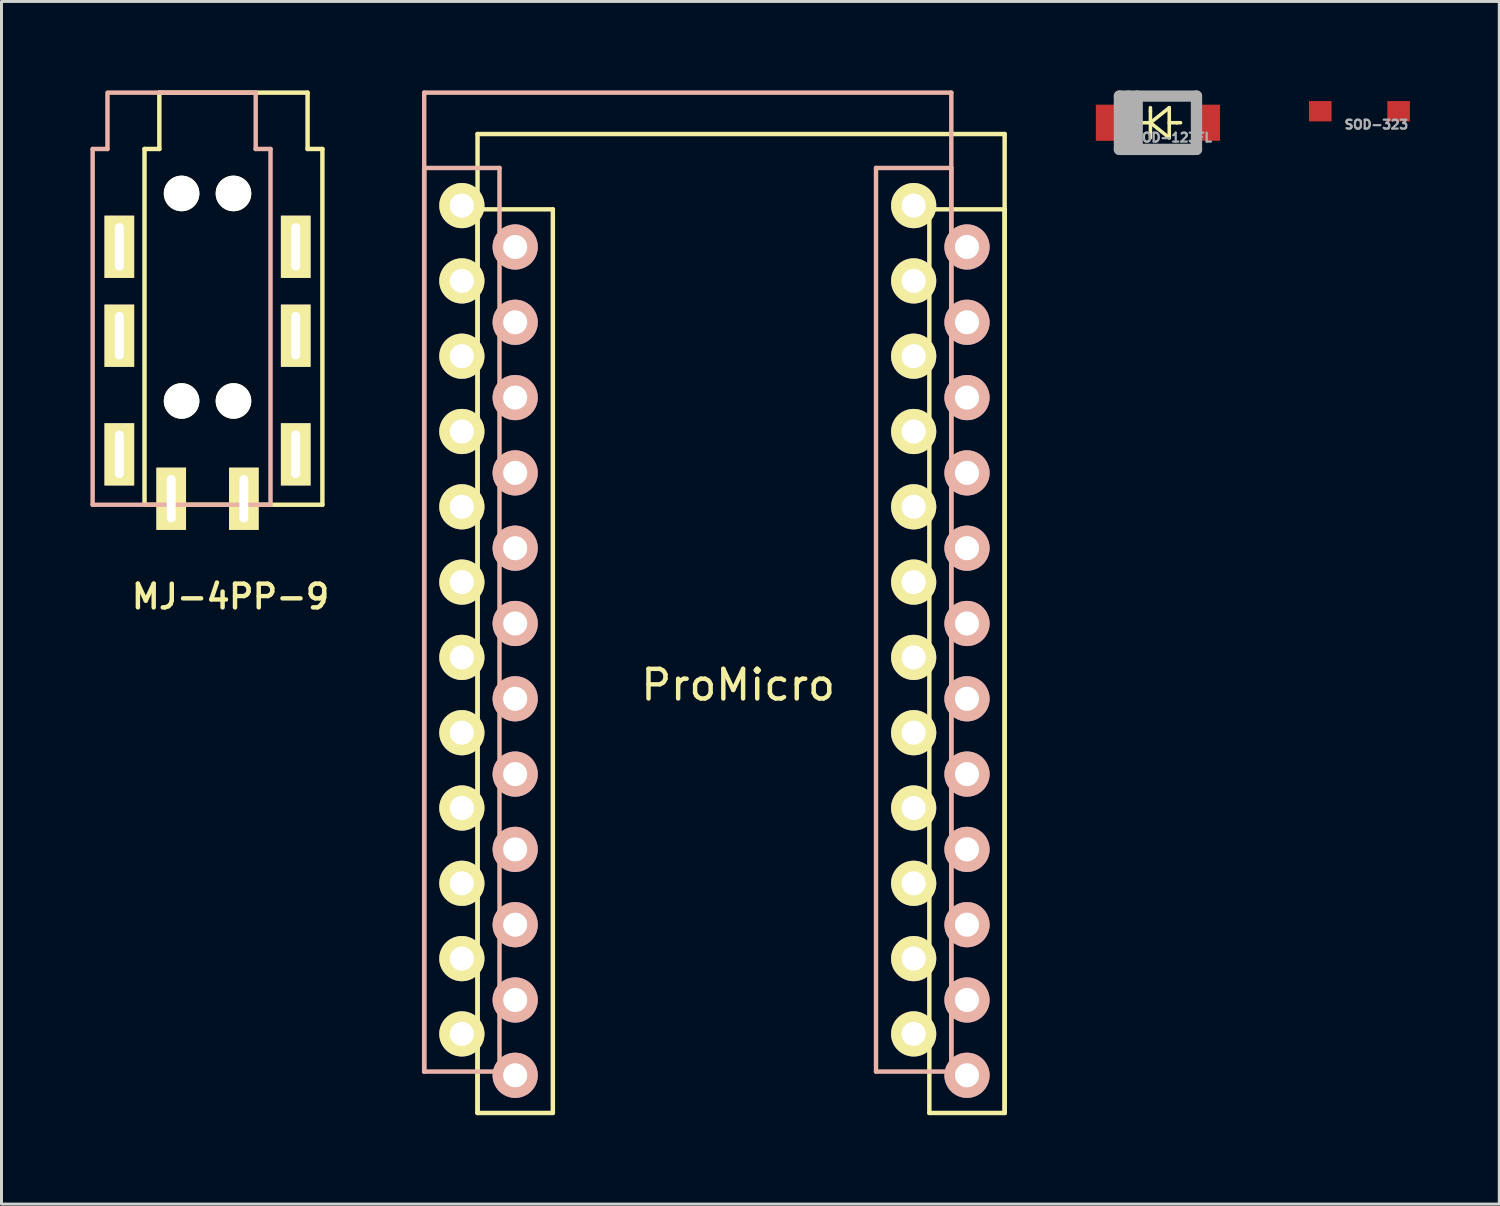
<source format=kicad_pcb>
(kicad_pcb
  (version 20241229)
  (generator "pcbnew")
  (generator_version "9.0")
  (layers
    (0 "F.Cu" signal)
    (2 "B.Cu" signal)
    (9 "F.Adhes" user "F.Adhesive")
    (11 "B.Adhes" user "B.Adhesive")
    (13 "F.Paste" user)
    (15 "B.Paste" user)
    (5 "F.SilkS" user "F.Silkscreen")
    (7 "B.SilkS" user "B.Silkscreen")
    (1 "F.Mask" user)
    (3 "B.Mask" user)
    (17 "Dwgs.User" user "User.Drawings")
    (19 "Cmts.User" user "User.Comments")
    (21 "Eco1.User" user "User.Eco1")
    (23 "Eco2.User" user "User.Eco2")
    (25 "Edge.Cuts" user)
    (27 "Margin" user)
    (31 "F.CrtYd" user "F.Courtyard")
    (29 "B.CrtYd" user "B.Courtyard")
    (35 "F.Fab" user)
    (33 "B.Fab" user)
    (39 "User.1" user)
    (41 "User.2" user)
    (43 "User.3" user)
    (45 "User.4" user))
  (footprint "ProMicro"
    (layer "F.Cu")
    (at 21.349 18.655)
    (property "Reference" "ProMicro" (at 0.5 1.4 0) (layer "F.SilkS") (effects (font (size 1 1) (thickness 0.15))))
    (attr through_hole)
    (fp_line (start -8.291 -17.184) (end -8.291 15.836) (stroke (width 0.15) (type solid)) (layer "F.SilkS"))
    (fp_line (start -8.291 -14.644) (end -8.291 15.836) (stroke (width 0.15) (type solid)) (layer "F.SilkS"))
    (fp_line (start -8.291 15.836) (end -5.751 15.836) (stroke (width 0.15) (type solid)) (layer "F.SilkS"))
    (fp_line (start -5.751 -14.644) (end -8.291 -14.644) (stroke (width 0.15) (type solid)) (layer "F.SilkS"))
    (fp_line (start -5.751 15.836) (end -5.751 -14.644) (stroke (width 0.15) (type solid)) (layer "F.SilkS"))
    (fp_line (start 6.949 -14.644) (end 6.949 15.836) (stroke (width 0.15) (type solid)) (layer "F.SilkS"))
    (fp_line (start 6.949 15.836) (end 9.489 15.836) (stroke (width 0.15) (type solid)) (layer "F.SilkS"))
    (fp_line (start 9.489 -17.184) (end -8.291 -17.184) (stroke (width 0.15) (type solid)) (layer "F.SilkS"))
    (fp_line (start 9.489 -14.644) (end 6.949 -14.644) (stroke (width 0.15) (type solid)) (layer "F.SilkS"))
    (fp_line (start 9.489 15.836) (end 9.489 -17.184) (stroke (width 0.15) (type solid)) (layer "F.SilkS"))
    (fp_line (start 9.489 15.836) (end 9.489 -14.644) (stroke (width 0.15) (type solid)) (layer "F.SilkS"))
    (fp_line (start -10.09 -18.58) (end 7.69 -18.58) (stroke (width 0.15) (type solid)) (layer "B.SilkS"))
    (fp_line (start -10.09 -16.04) (end -7.55 -16.04) (stroke (width 0.15) (type solid)) (layer "B.SilkS"))
    (fp_line (start -10.09 14.44) (end -10.09 -18.58) (stroke (width 0.15) (type solid)) (layer "B.SilkS"))
    (fp_line (start -10.09 14.44) (end -10.09 -16.04) (stroke (width 0.15) (type solid)) (layer "B.SilkS"))
    (fp_line (start -7.55 -16.04) (end -7.55 14.44) (stroke (width 0.15) (type solid)) (layer "B.SilkS"))
    (fp_line (start -7.55 14.44) (end -10.09 14.44) (stroke (width 0.15) (type solid)) (layer "B.SilkS"))
    (fp_line (start 5.15 -16.04) (end 7.69 -16.04) (stroke (width 0.15) (type solid)) (layer "B.SilkS"))
    (fp_line (start 5.15 14.44) (end 5.15 -16.04) (stroke (width 0.15) (type solid)) (layer "B.SilkS"))
    (fp_line (start 7.69 -18.58) (end 7.69 14.44) (stroke (width 0.15) (type solid)) (layer "B.SilkS"))
    (fp_line (start 7.69 -16.04) (end 7.69 14.44) (stroke (width 0.15) (type solid)) (layer "B.SilkS"))
    (fp_line (start 7.69 14.44) (end 5.15 14.44) (stroke (width 0.15) (type solid)) (layer "B.SilkS"))
    (pad "1" thru_hole circle (at -8.82 -14.77) (size 1.524 1.524) (drill 0.813) (layers "*.Cu" "*.Mask" "F.SilkS"))
    (pad "1" thru_hole circle (at 8.219 -13.374 180) (size 1.524 1.524) (drill 0.813) (layers "*.Cu" "*.Mask" "B.SilkS"))
    (pad "2" thru_hole circle (at -8.82 -12.23) (size 1.524 1.524) (drill 0.813) (layers "*.Cu" "*.Mask" "F.SilkS"))
    (pad "2" thru_hole circle (at 8.219 -10.834 180) (size 1.524 1.524) (drill 0.813) (layers "*.Cu" "*.Mask" "B.SilkS"))
    (pad "3" thru_hole circle (at -8.82 -9.69) (size 1.524 1.524) (drill 0.813) (layers "*.Cu" "*.Mask" "F.SilkS"))
    (pad "3" thru_hole circle (at 8.219 -8.294 180) (size 1.524 1.524) (drill 0.813) (layers "*.Cu" "*.Mask" "B.SilkS"))
    (pad "4" thru_hole circle (at -8.82 -7.15) (size 1.524 1.524) (drill 0.813) (layers "*.Cu" "*.Mask" "F.SilkS"))
    (pad "4" thru_hole circle (at 8.219 -5.754 180) (size 1.524 1.524) (drill 0.813) (layers "*.Cu" "*.Mask" "B.SilkS"))
    (pad "5" thru_hole circle (at -8.82 -4.61) (size 1.524 1.524) (drill 0.813) (layers "*.Cu" "*.Mask" "F.SilkS"))
    (pad "5" thru_hole circle (at 8.219 -3.214 180) (size 1.524 1.524) (drill 0.813) (layers "*.Cu" "*.Mask" "B.SilkS"))
    (pad "6" thru_hole circle (at -8.82 -2.07) (size 1.524 1.524) (drill 0.813) (layers "*.Cu" "*.Mask" "F.SilkS"))
    (pad "6" thru_hole circle (at 8.219 -0.674 180) (size 1.524 1.524) (drill 0.813) (layers "*.Cu" "*.Mask" "B.SilkS"))
    (pad "7" thru_hole circle (at -8.82 0.47) (size 1.524 1.524) (drill 0.813) (layers "*.Cu" "*.Mask" "F.SilkS"))
    (pad "7" thru_hole circle (at 8.219 1.866 180) (size 1.524 1.524) (drill 0.813) (layers "*.Cu" "*.Mask" "B.SilkS"))
    (pad "8" thru_hole circle (at -8.82 3.01) (size 1.524 1.524) (drill 0.813) (layers "*.Cu" "*.Mask" "F.SilkS"))
    (pad "8" thru_hole circle (at 8.219 4.406 180) (size 1.524 1.524) (drill 0.813) (layers "*.Cu" "*.Mask" "B.SilkS"))
    (pad "9" thru_hole circle (at -8.82 5.55) (size 1.524 1.524) (drill 0.813) (layers "*.Cu" "*.Mask" "F.SilkS"))
    (pad "9" thru_hole circle (at 8.219 6.946 180) (size 1.524 1.524) (drill 0.813) (layers "*.Cu" "*.Mask" "B.SilkS"))
    (pad "10" thru_hole circle (at -8.82 8.09) (size 1.524 1.524) (drill 0.813) (layers "*.Cu" "*.Mask" "F.SilkS"))
    (pad "10" thru_hole circle (at 8.219 9.486 180) (size 1.524 1.524) (drill 0.813) (layers "*.Cu" "*.Mask" "B.SilkS"))
    (pad "11" thru_hole circle (at -8.82 10.63) (size 1.524 1.524) (drill 0.813) (layers "*.Cu" "*.Mask" "F.SilkS"))
    (pad "11" thru_hole circle (at 8.219 12.026 180) (size 1.524 1.524) (drill 0.813) (layers "*.Cu" "*.Mask" "B.SilkS"))
    (pad "12" thru_hole circle (at -8.82 13.17) (size 1.524 1.524) (drill 0.813) (layers "*.Cu" "*.Mask" "F.SilkS"))
    (pad "12" thru_hole circle (at 8.219 14.566 180) (size 1.524 1.524) (drill 0.813) (layers "*.Cu" "*.Mask" "B.SilkS"))
    (pad "13" thru_hole circle (at -7.021 14.566 180) (size 1.524 1.524) (drill 0.813) (layers "*.Cu" "*.Mask" "B.SilkS"))
    (pad "13" thru_hole circle (at 6.42 13.17) (size 1.524 1.524) (drill 0.813) (layers "*.Cu" "*.Mask" "F.SilkS"))
    (pad "14" thru_hole circle (at -7.021 12.026 180) (size 1.524 1.524) (drill 0.813) (layers "*.Cu" "*.Mask" "B.SilkS"))
    (pad "14" thru_hole circle (at 6.42 10.63) (size 1.524 1.524) (drill 0.813) (layers "*.Cu" "*.Mask" "F.SilkS"))
    (pad "15.1" thru_hole circle (at -7.021 9.486 180) (size 1.524 1.524) (drill 0.813) (layers "*.Cu" "*.Mask" "B.SilkS"))
    (pad "15.2" thru_hole circle (at 6.42 8.09) (size 1.524 1.524) (drill 0.813) (layers "*.Cu" "*.Mask" "F.SilkS"))
    (pad "16" thru_hole circle (at -7.021 6.946 180) (size 1.524 1.524) (drill 0.813) (layers "*.Cu" "*.Mask" "B.SilkS"))
    (pad "16" thru_hole circle (at 6.42 5.55) (size 1.524 1.524) (drill 0.813) (layers "*.Cu" "*.Mask" "F.SilkS"))
    (pad "17" thru_hole circle (at -7.021 4.406 180) (size 1.524 1.524) (drill 0.813) (layers "*.Cu" "*.Mask" "B.SilkS"))
    (pad "17" thru_hole circle (at 6.42 3.01) (size 1.524 1.524) (drill 0.813) (layers "*.Cu" "*.Mask" "F.SilkS"))
    (pad "18" thru_hole circle (at -7.021 1.866 180) (size 1.524 1.524) (drill 0.813) (layers "*.Cu" "*.Mask" "B.SilkS"))
    (pad "18" thru_hole circle (at 6.42 0.47) (size 1.524 1.524) (drill 0.813) (layers "*.Cu" "*.Mask" "F.SilkS"))
    (pad "19" thru_hole circle (at -7.021 -0.674 180) (size 1.524 1.524) (drill 0.813) (layers "*.Cu" "*.Mask" "B.SilkS"))
    (pad "19" thru_hole circle (at 6.42 -2.07) (size 1.524 1.524) (drill 0.813) (layers "*.Cu" "*.Mask" "F.SilkS"))
    (pad "20" thru_hole circle (at -7.021 -3.214 180) (size 1.524 1.524) (drill 0.813) (layers "*.Cu" "*.Mask" "B.SilkS"))
    (pad "20" thru_hole circle (at 6.42 -4.61) (size 1.524 1.524) (drill 0.813) (layers "*.Cu" "*.Mask" "F.SilkS"))
    (pad "21" thru_hole circle (at -7.021 -5.754 180) (size 1.524 1.524) (drill 0.813) (layers "*.Cu" "*.Mask" "B.SilkS"))
    (pad "21" thru_hole circle (at 6.42 -7.15) (size 1.524 1.524) (drill 0.813) (layers "*.Cu" "*.Mask" "F.SilkS"))
    (pad "22" thru_hole circle (at -7.021 -8.294 180) (size 1.524 1.524) (drill 0.813) (layers "*.Cu" "*.Mask" "B.SilkS"))
    (pad "22" thru_hole circle (at 6.42 -9.69) (size 1.524 1.524) (drill 0.813) (layers "*.Cu" "*.Mask" "F.SilkS"))
    (pad "23" thru_hole circle (at -7.021 -10.834 180) (size 1.524 1.524) (drill 0.813) (layers "*.Cu" "*.Mask" "B.SilkS"))
    (pad "23" thru_hole circle (at 6.42 -12.23) (size 1.524 1.524) (drill 0.813) (layers "*.Cu" "*.Mask" "F.SilkS"))
    (pad "24" thru_hole circle (at -7.021 -13.374 180) (size 1.524 1.524) (drill 0.813) (layers "*.Cu" "*.Mask" "B.SilkS"))
    (pad "24" thru_hole circle (at 6.42 -14.77) (size 1.524 1.524) (drill 0.813) (layers "*.Cu" "*.Mask" "F.SilkS")))
  (footprint "SOD-123FL"
    (layer "F.Cu")
    (at 36.009 1.09)
    (property "Reference" "SOD-123FL" (at 0.5 0.5 0) (layer "F.Fab") (effects (font (size 0.3 0.3) (thickness 0.075))))
    (attr smd)
    (fp_line (start -0.635 0) (end -0.635 0) (stroke (width 0.12) (type solid)) (layer "F.SilkS"))
    (fp_line (start -0.254 -0.381) (end -0.254 -0.508) (stroke (width 0.12) (type solid)) (layer "F.SilkS"))
    (fp_line (start -0.254 -0.381) (end -0.254 0.508) (stroke (width 0.12) (type solid)) (layer "F.SilkS"))
    (fp_line (start -0.254 0) (end -0.635 0) (stroke (width 0.12) (type solid)) (layer "F.SilkS"))
    (fp_line (start -0.254 0) (end 0.381 -0.508) (stroke (width 0.12) (type solid)) (layer "F.SilkS"))
    (fp_line (start 0.381 -0.508) (end 0.381 0.508) (stroke (width 0.12) (type solid)) (layer "F.SilkS"))
    (fp_line (start 0.381 0) (end 0.635 0) (stroke (width 0.12) (type solid)) (layer "F.SilkS"))
    (fp_line (start 0.381 0.508) (end -0.254 0) (stroke (width 0.12) (type solid)) (layer "F.SilkS"))
    (fp_line (start 0.635 0) (end 0.762 0) (stroke (width 0.12) (type solid)) (layer "F.SilkS"))
    (fp_line (start -1.3 -0.899) (end 1.3 -0.899) (stroke (width 0.381) (type solid)) (layer "F.Fab"))
    (fp_line (start -1.3 0.899) (end -1.3 -0.899) (stroke (width 0.381) (type solid)) (layer "F.Fab"))
    (fp_line (start -0.999 0.899) (end -0.999 -0.899) (stroke (width 0.381) (type solid)) (layer "F.Fab"))
    (fp_line (start -0.7 -0.899) (end -0.7 0.899) (stroke (width 0.381) (type solid)) (layer "F.Fab"))
    (fp_line (start 1.3 -0.899) (end 1.3 0.899) (stroke (width 0.381) (type solid)) (layer "F.Fab"))
    (fp_line (start 1.3 0.899) (end -1.3 0.899) (stroke (width 0.381) (type solid)) (layer "F.Fab"))
    (pad "1" smd rect (at -1.638 0) (size 0.914 1.219) (layers "F.Cu" "F.Mask" "F.Paste"))
    (pad "2" smd rect (at 1.638 0) (size 0.914 1.219) (layers "F.Cu" "F.Mask" "F.Paste")))
  (footprint "MJ-4PP-9"
    (layer "F.Cu")
    (at 4.825 1.975)
    (property "Reference" "MJ-4PP-9" (at -0.1 15.1 0) (layer "F.SilkS") (effects (font (size 0.8 0.8) (thickness 0.15))))
    (attr through_hole)
    (fp_line (start -3 0) (end -2.5 0) (stroke (width 0.15) (type solid)) (layer "F.SilkS"))
    (fp_line (start -3 12) (end -3 0) (stroke (width 0.15) (type solid)) (layer "F.SilkS"))
    (fp_line (start -2.5 -1.9) (end 2.5 -1.9) (stroke (width 0.15) (type solid)) (layer "F.SilkS"))
    (fp_line (start -2.5 0) (end -2.5 -1.9) (stroke (width 0.15) (type solid)) (layer "F.SilkS"))
    (fp_line (start 2.5 0) (end 2.5 -1.9) (stroke (width 0.15) (type solid)) (layer "F.SilkS"))
    (fp_line (start 3 0) (end 2.5 0) (stroke (width 0.15) (type solid)) (layer "F.SilkS"))
    (fp_line (start 3 0) (end 3 12) (stroke (width 0.15) (type solid)) (layer "F.SilkS"))
    (fp_line (start 3 12) (end -3 12) (stroke (width 0.15) (type solid)) (layer "F.SilkS"))
    (fp_line (start -4.75 0) (end -4.25 0) (stroke (width 0.15) (type solid)) (layer "B.SilkS"))
    (fp_line (start -4.75 12) (end -4.75 0) (stroke (width 0.15) (type solid)) (layer "B.SilkS"))
    (fp_line (start -4.25 0) (end -4.25 -1.9) (stroke (width 0.15) (type solid)) (layer "B.SilkS"))
    (fp_line (start -4.2 -1.9) (end 0.75 -1.9) (stroke (width 0.15) (type solid)) (layer "B.SilkS"))
    (fp_line (start 0.75 0) (end 0.75 -1.9) (stroke (width 0.15) (type solid)) (layer "B.SilkS"))
    (fp_line (start 1.25 0) (end 0.75 0) (stroke (width 0.15) (type solid)) (layer "B.SilkS"))
    (fp_line (start 1.25 0) (end 1.25 12) (stroke (width 0.15) (type solid)) (layer "B.SilkS"))
    (fp_line (start 1.25 12) (end -4.75 12) (stroke (width 0.15) (type solid)) (layer "B.SilkS"))
    (pad "" np_thru_hole circle (at -1.75 1.5) (size 1.2 1.2) (drill 1.2) (layers "*.Cu" "*.Mask" "F.SilkS"))
    (pad "" np_thru_hole circle (at -1.75 8.5) (size 1.2 1.2) (drill 1.2) (layers "*.Cu" "*.Mask" "F.SilkS"))
    (pad "" np_thru_hole circle (at 0 1.5) (size 1.2 1.2) (drill 1.2) (layers "*.Cu" "*.Mask" "F.SilkS"))
    (pad "" np_thru_hole circle (at 0 8.5) (size 1.2 1.2) (drill 1.2) (layers "*.Cu" "*.Mask" "F.SilkS"))
    (pad "1" thru_hole rect (at -3.85 10.3) (size 1 2.1) (drill oval 0.3 1.6) (layers "*.Cu" "*.Mask" "F.SilkS"))
    (pad "1" thru_hole rect (at 2.1 10.3) (size 1 2.1) (drill oval 0.3 1.6) (layers "*.Cu" "*.Mask" "F.SilkS"))
    (pad "2" thru_hole rect (at -3.85 6.3) (size 1 2.1) (drill oval 0.3 1.6) (layers "*.Cu" "*.Mask" "F.SilkS"))
    (pad "2" thru_hole rect (at 2.1 6.3) (size 1 2.1) (drill oval 0.3 1.6) (layers "*.Cu" "*.Mask" "F.SilkS"))
    (pad "3" thru_hole rect (at -3.85 3.3) (size 1 2.1) (drill oval 0.3 1.6) (layers "*.Cu" "*.Mask" "F.SilkS"))
    (pad "3" thru_hole rect (at 2.1 3.3) (size 1 2.1) (drill oval 0.3 1.6) (layers "*.Cu" "*.Mask" "F.SilkS"))
    (pad "4" thru_hole rect (at -2.1 11.8) (size 1 2.1) (drill oval 0.3 1.6) (layers "*.Cu" "*.Mask" "F.SilkS"))
    (pad "4" thru_hole rect (at 0.35 11.8) (size 1 2.1) (drill oval 0.3 1.6) (layers "*.Cu" "*.Mask" "F.SilkS")))
  (footprint "SOD-323"
    (layer "F.Cu")
    (at 42.806 0.802)
    (property "Reference" "SOD-323" (at 0.57 0.35 180) (layer "F.Fab") (effects (font (size 0.3 0.3) (thickness 0.075))))
    (attr through_hole)
    (fp_line (start -0.899 -0.801) (end 0.899 -0.801) (stroke (width 0.001) (type solid)) (layer "F.Fab"))
    (fp_line (start -0.899 0.601) (end -0.899 -0.801) (stroke (width 0.001) (type solid)) (layer "F.Fab"))
    (fp_line (start -0.851 0.601) (end -0.851 -0.801) (stroke (width 0.001) (type solid)) (layer "F.Fab"))
    (fp_line (start -0.749 -0.801) (end -0.749 0.601) (stroke (width 0.001) (type solid)) (layer "F.Fab"))
    (fp_line (start -0.65 0.601) (end -0.65 -0.801) (stroke (width 0.001) (type solid)) (layer "F.Fab"))
    (fp_line (start -0.551 -0.801) (end -0.551 0.601) (stroke (width 0.001) (type solid)) (layer "F.Fab"))
    (fp_line (start -0.45 0.601) (end -0.45 -0.801) (stroke (width 0.001) (type solid)) (layer "F.Fab"))
    (fp_line (start 0.899 -0.801) (end 0.899 0.601) (stroke (width 0.001) (type solid)) (layer "F.Fab"))
    (fp_line (start 0.899 0.601) (end -0.899 0.601) (stroke (width 0.001) (type solid)) (layer "F.Fab"))
    (pad "1" smd rect (at -1.321 -0.1 180) (size 0.762 0.686) (layers "F.Cu" "F.Mask" "F.Paste"))
    (pad "2" smd rect (at 1.321 -0.1 180) (size 0.762 0.686) (layers "F.Cu" "F.Mask" "F.Paste")))
  (gr_rect
    (start -3 -3)
    (end 47.522 37.566)
    (stroke (width 0.1) (type default))
    (fill no)
    (layer "Edge.Cuts")))
</source>
